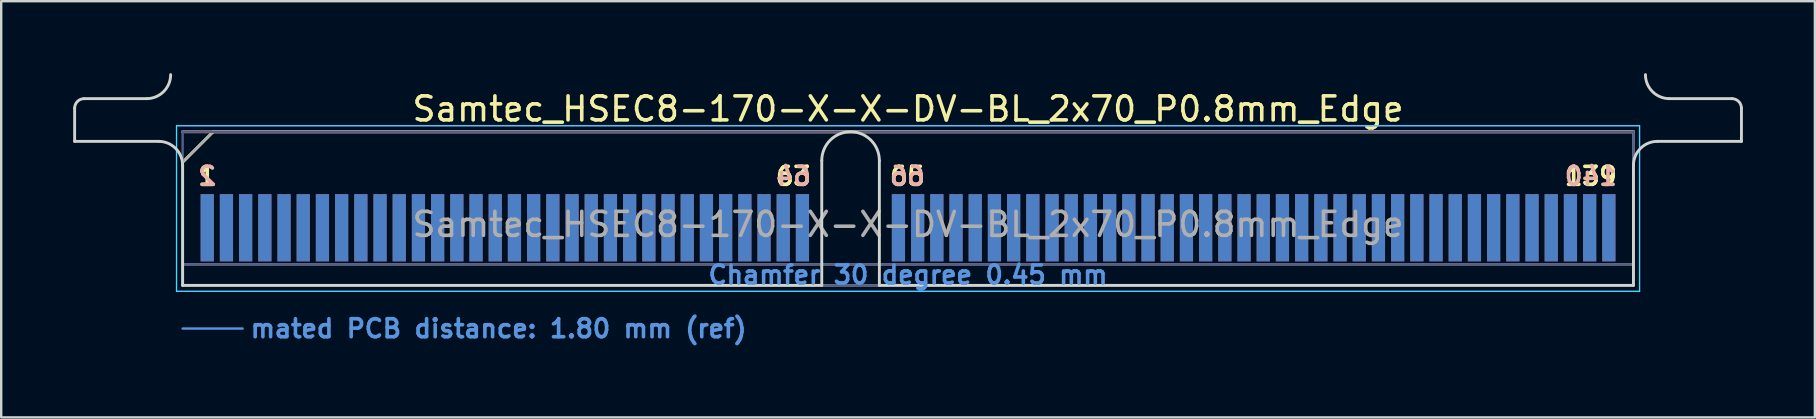
<source format=kicad_pcb>
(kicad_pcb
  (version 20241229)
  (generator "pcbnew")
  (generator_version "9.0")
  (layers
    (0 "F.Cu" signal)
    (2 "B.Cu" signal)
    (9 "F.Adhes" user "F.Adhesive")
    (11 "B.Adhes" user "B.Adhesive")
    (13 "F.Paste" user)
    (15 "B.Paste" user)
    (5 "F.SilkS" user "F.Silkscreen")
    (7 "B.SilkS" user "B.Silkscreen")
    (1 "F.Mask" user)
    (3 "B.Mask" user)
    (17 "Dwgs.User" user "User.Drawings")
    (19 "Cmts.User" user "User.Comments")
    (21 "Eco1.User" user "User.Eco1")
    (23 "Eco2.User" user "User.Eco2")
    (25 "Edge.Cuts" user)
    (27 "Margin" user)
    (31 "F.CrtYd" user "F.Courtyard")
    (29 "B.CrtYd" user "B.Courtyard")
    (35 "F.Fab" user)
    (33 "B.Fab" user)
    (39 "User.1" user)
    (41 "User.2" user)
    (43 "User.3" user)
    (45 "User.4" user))
  (footprint "Samtec_HSEC8-170-X-X-DV-BL_2x70_P0.8mm_Edge"
    (layer "F.Cu")
    (at 34.785 8.84)
    (property "Reference" "Samtec_HSEC8-170-X-X-DV-BL_2x70_P0.8mm_Edge" (at 0 -7.35 0) (layer "F.SilkS") (effects (font (size 1 1) (thickness 0.15))))
    (attr exclude_from_pos_files exclude_from_bom)
    (fp_line (start -30.225 -5.13) (end -28.955 -6.4) (stroke (width 0.12) (type solid)) (layer "F.SilkS"))
    (fp_line (start -28.955 -6.4) (end 30.225 -6.4) (stroke (width 0.12) (type solid)) (layer "F.SilkS"))
    (fp_line (start -30.225 -6.4) (end -30.225 -6.4) (stroke (width 0.12) (type solid)) (layer "B.SilkS"))
    (fp_line (start -30.225 -6.4) (end 30.225 -6.4) (stroke (width 0.12) (type solid)) (layer "B.SilkS"))
    (fp_line (start -30.225 1.8) (end -27.725 1.8) (stroke (width 0.1) (type solid)) (layer "Cmts.User"))
    (fp_line (start -34.725 -6) (end -34.725 -7.38) (stroke (width 0.12) (type solid)) (layer "Edge.Cuts"))
    (fp_line (start -34.325 -7.78) (end -31.725 -7.78) (stroke (width 0.12) (type solid)) (layer "Edge.Cuts"))
    (fp_line (start -31.225 -6) (end -34.725 -6) (stroke (width 0.12) (type solid)) (layer "Edge.Cuts"))
    (fp_line (start -30.225 -5) (end -30.225 0) (stroke (width 0.12) (type solid)) (layer "Edge.Cuts"))
    (fp_line (start -30.225 0) (end -3.595 0) (stroke (width 0.12) (type solid)) (layer "Edge.Cuts"))
    (fp_line (start -3.595 0) (end -3.595 -5.2) (stroke (width 0.12) (type solid)) (layer "Edge.Cuts"))
    (fp_line (start -1.195 -5.2) (end -1.195 0) (stroke (width 0.12) (type solid)) (layer "Edge.Cuts"))
    (fp_line (start -1.195 0) (end 30.225 0) (stroke (width 0.12) (type solid)) (layer "Edge.Cuts"))
    (fp_line (start 30.225 0) (end 30.225 -5) (stroke (width 0.12) (type solid)) (layer "Edge.Cuts"))
    (fp_line (start 31.225 -6) (end 34.725 -6) (stroke (width 0.12) (type solid)) (layer "Edge.Cuts"))
    (fp_line (start 34.325 -7.78) (end 31.725 -7.78) (stroke (width 0.12) (type solid)) (layer "Edge.Cuts"))
    (fp_line (start 34.725 -6) (end 34.725 -7.38) (stroke (width 0.12) (type solid)) (layer "Edge.Cuts"))
    (fp_arc (start -34.725 -7.38) (mid -34.607843 -7.662843) (end -34.325 -7.78) (stroke (width 0.12) (type solid)) (layer "Edge.Cuts"))
    (fp_arc (start -31.225 -6) (mid -30.517893 -5.707107) (end -30.225 -5) (stroke (width 0.12) (type solid)) (layer "Edge.Cuts"))
    (fp_arc (start -30.725 -8.78) (mid -31.017893 -8.072893) (end -31.725 -7.78) (stroke (width 0.12) (type solid)) (layer "Edge.Cuts"))
    (fp_arc (start -3.595 -5.2) (mid -2.395 -6.4) (end -1.195 -5.2) (stroke (width 0.12) (type solid)) (layer "Edge.Cuts"))
    (fp_arc (start 30.225 -5) (mid 30.517893 -5.707107) (end 31.225 -6) (stroke (width 0.12) (type solid)) (layer "Edge.Cuts"))
    (fp_arc (start 31.725 -7.78) (mid 31.017893 -8.072893) (end 30.725 -8.78) (stroke (width 0.12) (type solid)) (layer "Edge.Cuts"))
    (fp_arc (start 34.325 -7.78) (mid 34.607843 -7.662843) (end 34.725 -7.38) (stroke (width 0.12) (type solid)) (layer "Edge.Cuts"))
    (fp_line (start -30.48 -6.65) (end -30.48 0.25) (stroke (width 0.05) (type solid)) (layer "B.CrtYd"))
    (fp_line (start -30.48 0.25) (end 30.48 0.25) (stroke (width 0.05) (type solid)) (layer "B.CrtYd"))
    (fp_line (start 30.48 -6.65) (end -30.48 -6.65) (stroke (width 0.05) (type solid)) (layer "B.CrtYd"))
    (fp_line (start 30.48 0.25) (end 30.48 -6.65) (stroke (width 0.05) (type solid)) (layer "B.CrtYd"))
    (fp_line (start -30.48 -6.65) (end -30.48 0.25) (stroke (width 0.05) (type solid)) (layer "F.CrtYd"))
    (fp_line (start -30.48 0.25) (end 30.48 0.25) (stroke (width 0.05) (type solid)) (layer "F.CrtYd"))
    (fp_line (start 30.48 -6.65) (end -30.48 -6.65) (stroke (width 0.05) (type solid)) (layer "F.CrtYd"))
    (fp_line (start 30.48 0.25) (end 30.48 -6.65) (stroke (width 0.05) (type solid)) (layer "F.CrtYd"))
    (fp_line (start -30.225 -6.4) (end -30.225 -6.4) (stroke (width 0.1) (type solid)) (layer "B.Fab"))
    (fp_line (start -30.225 -6.4) (end -30.225 0) (stroke (width 0.1) (type solid)) (layer "B.Fab"))
    (fp_line (start -30.225 -6.4) (end 30.225 -6.4) (stroke (width 0.1) (type solid)) (layer "B.Fab"))
    (fp_line (start -30.225 -0.88) (end 30.225 -0.88) (stroke (width 0.1) (type solid)) (layer "B.Fab"))
    (fp_line (start -30.225 0) (end 30.225 0) (stroke (width 0.1) (type solid)) (layer "B.Fab"))
    (fp_line (start 30.225 -6.4) (end 30.225 0) (stroke (width 0.1) (type solid)) (layer "B.Fab"))
    (fp_line (start -30.225 -5.13) (end -30.225 0) (stroke (width 0.1) (type solid)) (layer "F.Fab"))
    (fp_line (start -30.225 -5.13) (end -28.955 -6.4) (stroke (width 0.1) (type solid)) (layer "F.Fab"))
    (fp_line (start -30.225 -0.88) (end 30.225 -0.88) (stroke (width 0.1) (type solid)) (layer "F.Fab"))
    (fp_line (start -30.225 0) (end 30.225 0) (stroke (width 0.1) (type solid)) (layer "F.Fab"))
    (fp_line (start -28.955 -6.4) (end 30.225 -6.4) (stroke (width 0.1) (type solid)) (layer "F.Fab"))
    (fp_line (start 30.225 -6.4) (end 30.225 0) (stroke (width 0.1) (type solid)) (layer "F.Fab"))
    (fp_text user "1" (at -29.2 -4.55 0) (layer "F.SilkS") (effects (font (size 0.75 0.75) (thickness 0.15))))
    (fp_text user "65" (at -0.025 -4.55 0) (layer "F.SilkS") (effects (font (size 0.75 0.75) (thickness 0.15))))
    (fp_text user "139" (at 28.45 -4.55 0) (layer "F.SilkS") (effects (font (size 0.75 0.75) (thickness 0.15))))
    (fp_text user "63" (at -4.775 -4.55 0) (layer "F.SilkS") (effects (font (size 0.75 0.75) (thickness 0.15))))
    (fp_text user "66" (at -0.025 -4.55 0) (layer "B.SilkS") (effects (font (size 0.75 0.75) (thickness 0.15)) (justify mirror)))
    (fp_text user "2" (at -29.2 -4.55 0) (layer "B.SilkS") (effects (font (size 0.75 0.75) (thickness 0.15)) (justify mirror)))
    (fp_text user "140" (at 28.45 -4.55 0) (layer "B.SilkS") (effects (font (size 0.75 0.75) (thickness 0.15)) (justify mirror)))
    (fp_text user "64" (at -4.775 -4.55 0) (layer "B.SilkS") (effects (font (size 0.75 0.75) (thickness 0.15)) (justify mirror)))
    (fp_text user "mated PCB distance: 1.80 mm (ref)" (at -27.48 1.8 0) (layer "Cmts.User") (effects (font (size 0.75 0.75) (thickness 0.15)) (justify left)))
    (fp_text user "Chamfer 30 degree 0.45 mm" (at 0 -0.44 0) (layer "Cmts.User") (effects (font (size 0.75 0.75) (thickness 0.15))))
    (fp_text user "${REFERENCE}" (at 0 -2.54 0) (layer "F.Fab") (effects (font (size 1 1) (thickness 0.15))))
    (pad "1" connect rect (at -29.2 -2.4) (size 0.55 2.8) (layers "F.Cu" "F.Mask"))
    (pad "2" connect rect (at -29.2 -2.4) (size 0.55 2.8) (layers "B.Cu" "B.Mask"))
    (pad "3" connect rect (at -28.4 -2.4) (size 0.55 2.8) (layers "F.Cu" "F.Mask"))
    (pad "4" connect rect (at -28.4 -2.4) (size 0.55 2.8) (layers "B.Cu" "B.Mask"))
    (pad "5" connect rect (at -27.6 -2.4) (size 0.55 2.8) (layers "F.Cu" "F.Mask"))
    (pad "6" connect rect (at -27.6 -2.4) (size 0.55 2.8) (layers "B.Cu" "B.Mask"))
    (pad "7" connect rect (at -26.8 -2.4) (size 0.55 2.8) (layers "F.Cu" "F.Mask"))
    (pad "8" connect rect (at -26.8 -2.4) (size 0.55 2.8) (layers "B.Cu" "B.Mask"))
    (pad "9" connect rect (at -26 -2.4) (size 0.55 2.8) (layers "F.Cu" "F.Mask"))
    (pad "10" connect rect (at -26 -2.4) (size 0.55 2.8) (layers "B.Cu" "B.Mask"))
    (pad "11" connect rect (at -25.2 -2.4) (size 0.55 2.8) (layers "F.Cu" "F.Mask"))
    (pad "12" connect rect (at -25.2 -2.4) (size 0.55 2.8) (layers "B.Cu" "B.Mask"))
    (pad "13" connect rect (at -24.4 -2.4) (size 0.55 2.8) (layers "F.Cu" "F.Mask"))
    (pad "14" connect rect (at -24.4 -2.4) (size 0.55 2.8) (layers "B.Cu" "B.Mask"))
    (pad "15" connect rect (at -23.6 -2.4) (size 0.55 2.8) (layers "F.Cu" "F.Mask"))
    (pad "16" connect rect (at -23.6 -2.4) (size 0.55 2.8) (layers "B.Cu" "B.Mask"))
    (pad "17" connect rect (at -22.8 -2.4) (size 0.55 2.8) (layers "F.Cu" "F.Mask"))
    (pad "18" connect rect (at -22.8 -2.4) (size 0.55 2.8) (layers "B.Cu" "B.Mask"))
    (pad "19" connect rect (at -22 -2.4) (size 0.55 2.8) (layers "F.Cu" "F.Mask"))
    (pad "20" connect rect (at -22 -2.4) (size 0.55 2.8) (layers "B.Cu" "B.Mask"))
    (pad "21" connect rect (at -21.2 -2.4) (size 0.55 2.8) (layers "F.Cu" "F.Mask"))
    (pad "22" connect rect (at -21.2 -2.4) (size 0.55 2.8) (layers "B.Cu" "B.Mask"))
    (pad "23" connect rect (at -20.4 -2.4) (size 0.55 2.8) (layers "F.Cu" "F.Mask"))
    (pad "24" connect rect (at -20.4 -2.4) (size 0.55 2.8) (layers "B.Cu" "B.Mask"))
    (pad "25" connect rect (at -19.6 -2.4) (size 0.55 2.8) (layers "F.Cu" "F.Mask"))
    (pad "26" connect rect (at -19.6 -2.4) (size 0.55 2.8) (layers "B.Cu" "B.Mask"))
    (pad "27" connect rect (at -18.8 -2.4) (size 0.55 2.8) (layers "F.Cu" "F.Mask"))
    (pad "28" connect rect (at -18.8 -2.4) (size 0.55 2.8) (layers "B.Cu" "B.Mask"))
    (pad "29" connect rect (at -18 -2.4) (size 0.55 2.8) (layers "F.Cu" "F.Mask"))
    (pad "30" connect rect (at -18 -2.4) (size 0.55 2.8) (layers "B.Cu" "B.Mask"))
    (pad "31" connect rect (at -17.2 -2.4) (size 0.55 2.8) (layers "F.Cu" "F.Mask"))
    (pad "32" connect rect (at -17.2 -2.4) (size 0.55 2.8) (layers "B.Cu" "B.Mask"))
    (pad "33" connect rect (at -16.4 -2.4) (size 0.55 2.8) (layers "F.Cu" "F.Mask"))
    (pad "34" connect rect (at -16.4 -2.4) (size 0.55 2.8) (layers "B.Cu" "B.Mask"))
    (pad "35" connect rect (at -15.6 -2.4) (size 0.55 2.8) (layers "F.Cu" "F.Mask"))
    (pad "36" connect rect (at -15.6 -2.4) (size 0.55 2.8) (layers "B.Cu" "B.Mask"))
    (pad "37" connect rect (at -14.8 -2.4) (size 0.55 2.8) (layers "F.Cu" "F.Mask"))
    (pad "38" connect rect (at -14.8 -2.4) (size 0.55 2.8) (layers "B.Cu" "B.Mask"))
    (pad "39" connect rect (at -14 -2.4) (size 0.55 2.8) (layers "F.Cu" "F.Mask"))
    (pad "40" connect rect (at -14 -2.4) (size 0.55 2.8) (layers "B.Cu" "B.Mask"))
    (pad "41" connect rect (at -13.2 -2.4) (size 0.55 2.8) (layers "F.Cu" "F.Mask"))
    (pad "42" connect rect (at -13.2 -2.4) (size 0.55 2.8) (layers "B.Cu" "B.Mask"))
    (pad "43" connect rect (at -12.4 -2.4) (size 0.55 2.8) (layers "F.Cu" "F.Mask"))
    (pad "44" connect rect (at -12.4 -2.4) (size 0.55 2.8) (layers "B.Cu" "B.Mask"))
    (pad "45" connect rect (at -11.6 -2.4) (size 0.55 2.8) (layers "F.Cu" "F.Mask"))
    (pad "46" connect rect (at -11.6 -2.4) (size 0.55 2.8) (layers "B.Cu" "B.Mask"))
    (pad "47" connect rect (at -10.8 -2.4) (size 0.55 2.8) (layers "F.Cu" "F.Mask"))
    (pad "48" connect rect (at -10.8 -2.4) (size 0.55 2.8) (layers "B.Cu" "B.Mask"))
    (pad "49" connect rect (at -10 -2.4) (size 0.55 2.8) (layers "F.Cu" "F.Mask"))
    (pad "50" connect rect (at -10 -2.4) (size 0.55 2.8) (layers "B.Cu" "B.Mask"))
    (pad "51" connect rect (at -9.2 -2.4) (size 0.55 2.8) (layers "F.Cu" "F.Mask"))
    (pad "52" connect rect (at -9.2 -2.4) (size 0.55 2.8) (layers "B.Cu" "B.Mask"))
    (pad "53" connect rect (at -8.4 -2.4) (size 0.55 2.8) (layers "F.Cu" "F.Mask"))
    (pad "54" connect rect (at -8.4 -2.4) (size 0.55 2.8) (layers "B.Cu" "B.Mask"))
    (pad "55" connect rect (at -7.6 -2.4) (size 0.55 2.8) (layers "F.Cu" "F.Mask"))
    (pad "56" connect rect (at -7.6 -2.4) (size 0.55 2.8) (layers "B.Cu" "B.Mask"))
    (pad "57" connect rect (at -6.8 -2.4) (size 0.55 2.8) (layers "F.Cu" "F.Mask"))
    (pad "58" connect rect (at -6.8 -2.4) (size 0.55 2.8) (layers "B.Cu" "B.Mask"))
    (pad "59" connect rect (at -6 -2.4) (size 0.55 2.8) (layers "F.Cu" "F.Mask"))
    (pad "60" connect rect (at -6 -2.4) (size 0.55 2.8) (layers "B.Cu" "B.Mask"))
    (pad "61" connect rect (at -5.2 -2.4) (size 0.55 2.8) (layers "F.Cu" "F.Mask"))
    (pad "62" connect rect (at -5.2 -2.4) (size 0.55 2.8) (layers "B.Cu" "B.Mask"))
    (pad "63" connect rect (at -4.4 -2.4) (size 0.55 2.8) (layers "F.Cu" "F.Mask"))
    (pad "64" connect rect (at -4.4 -2.4) (size 0.55 2.8) (layers "B.Cu" "B.Mask"))
    (pad "65" connect rect (at -0.4 -2.4) (size 0.55 2.8) (layers "F.Cu" "F.Mask"))
    (pad "66" connect rect (at -0.4 -2.4) (size 0.55 2.8) (layers "B.Cu" "B.Mask"))
    (pad "67" connect rect (at 0.4 -2.4) (size 0.55 2.8) (layers "F.Cu" "F.Mask"))
    (pad "68" connect rect (at 0.4 -2.4) (size 0.55 2.8) (layers "B.Cu" "B.Mask"))
    (pad "69" connect rect (at 1.2 -2.4) (size 0.55 2.8) (layers "F.Cu" "F.Mask"))
    (pad "70" connect rect (at 1.2 -2.4) (size 0.55 2.8) (layers "B.Cu" "B.Mask"))
    (pad "71" connect rect (at 2 -2.4) (size 0.55 2.8) (layers "F.Cu" "F.Mask"))
    (pad "72" connect rect (at 2 -2.4) (size 0.55 2.8) (layers "B.Cu" "B.Mask"))
    (pad "73" connect rect (at 2.8 -2.4) (size 0.55 2.8) (layers "F.Cu" "F.Mask"))
    (pad "74" connect rect (at 2.8 -2.4) (size 0.55 2.8) (layers "B.Cu" "B.Mask"))
    (pad "75" connect rect (at 3.6 -2.4) (size 0.55 2.8) (layers "F.Cu" "F.Mask"))
    (pad "76" connect rect (at 3.6 -2.4) (size 0.55 2.8) (layers "B.Cu" "B.Mask"))
    (pad "77" connect rect (at 4.4 -2.4) (size 0.55 2.8) (layers "F.Cu" "F.Mask"))
    (pad "78" connect rect (at 4.4 -2.4) (size 0.55 2.8) (layers "B.Cu" "B.Mask"))
    (pad "79" connect rect (at 5.2 -2.4) (size 0.55 2.8) (layers "F.Cu" "F.Mask"))
    (pad "80" connect rect (at 5.2 -2.4) (size 0.55 2.8) (layers "B.Cu" "B.Mask"))
    (pad "81" connect rect (at 6 -2.4) (size 0.55 2.8) (layers "F.Cu" "F.Mask"))
    (pad "82" connect rect (at 6 -2.4) (size 0.55 2.8) (layers "B.Cu" "B.Mask"))
    (pad "83" connect rect (at 6.8 -2.4) (size 0.55 2.8) (layers "F.Cu" "F.Mask"))
    (pad "84" connect rect (at 6.8 -2.4) (size 0.55 2.8) (layers "B.Cu" "B.Mask"))
    (pad "85" connect rect (at 7.6 -2.4) (size 0.55 2.8) (layers "F.Cu" "F.Mask"))
    (pad "86" connect rect (at 7.6 -2.4) (size 0.55 2.8) (layers "B.Cu" "B.Mask"))
    (pad "87" connect rect (at 8.4 -2.4) (size 0.55 2.8) (layers "F.Cu" "F.Mask"))
    (pad "88" connect rect (at 8.4 -2.4) (size 0.55 2.8) (layers "B.Cu" "B.Mask"))
    (pad "89" connect rect (at 9.2 -2.4) (size 0.55 2.8) (layers "F.Cu" "F.Mask"))
    (pad "90" connect rect (at 9.2 -2.4) (size 0.55 2.8) (layers "B.Cu" "B.Mask"))
    (pad "91" connect rect (at 10 -2.4) (size 0.55 2.8) (layers "F.Cu" "F.Mask"))
    (pad "92" connect rect (at 10 -2.4) (size 0.55 2.8) (layers "B.Cu" "B.Mask"))
    (pad "93" connect rect (at 10.8 -2.4) (size 0.55 2.8) (layers "F.Cu" "F.Mask"))
    (pad "94" connect rect (at 10.8 -2.4) (size 0.55 2.8) (layers "B.Cu" "B.Mask"))
    (pad "95" connect rect (at 11.6 -2.4) (size 0.55 2.8) (layers "F.Cu" "F.Mask"))
    (pad "96" connect rect (at 11.6 -2.4) (size 0.55 2.8) (layers "B.Cu" "B.Mask"))
    (pad "97" connect rect (at 12.4 -2.4) (size 0.55 2.8) (layers "F.Cu" "F.Mask"))
    (pad "98" connect rect (at 12.4 -2.4) (size 0.55 2.8) (layers "B.Cu" "B.Mask"))
    (pad "99" connect rect (at 13.2 -2.4) (size 0.55 2.8) (layers "F.Cu" "F.Mask"))
    (pad "100" connect rect (at 13.2 -2.4) (size 0.55 2.8) (layers "B.Cu" "B.Mask"))
    (pad "101" connect rect (at 14 -2.4) (size 0.55 2.8) (layers "F.Cu" "F.Mask"))
    (pad "102" connect rect (at 14 -2.4) (size 0.55 2.8) (layers "B.Cu" "B.Mask"))
    (pad "103" connect rect (at 14.8 -2.4) (size 0.55 2.8) (layers "F.Cu" "F.Mask"))
    (pad "104" connect rect (at 14.8 -2.4) (size 0.55 2.8) (layers "B.Cu" "B.Mask"))
    (pad "105" connect rect (at 15.6 -2.4) (size 0.55 2.8) (layers "F.Cu" "F.Mask"))
    (pad "106" connect rect (at 15.6 -2.4) (size 0.55 2.8) (layers "B.Cu" "B.Mask"))
    (pad "107" connect rect (at 16.4 -2.4) (size 0.55 2.8) (layers "F.Cu" "F.Mask"))
    (pad "108" connect rect (at 16.4 -2.4) (size 0.55 2.8) (layers "B.Cu" "B.Mask"))
    (pad "109" connect rect (at 17.2 -2.4) (size 0.55 2.8) (layers "F.Cu" "F.Mask"))
    (pad "110" connect rect (at 17.2 -2.4) (size 0.55 2.8) (layers "B.Cu" "B.Mask"))
    (pad "111" connect rect (at 18 -2.4) (size 0.55 2.8) (layers "F.Cu" "F.Mask"))
    (pad "112" connect rect (at 18 -2.4) (size 0.55 2.8) (layers "B.Cu" "B.Mask"))
    (pad "113" connect rect (at 18.8 -2.4) (size 0.55 2.8) (layers "F.Cu" "F.Mask"))
    (pad "114" connect rect (at 18.8 -2.4) (size 0.55 2.8) (layers "B.Cu" "B.Mask"))
    (pad "115" connect rect (at 19.6 -2.4) (size 0.55 2.8) (layers "F.Cu" "F.Mask"))
    (pad "116" connect rect (at 19.6 -2.4) (size 0.55 2.8) (layers "B.Cu" "B.Mask"))
    (pad "117" connect rect (at 20.4 -2.4) (size 0.55 2.8) (layers "F.Cu" "F.Mask"))
    (pad "118" connect rect (at 20.4 -2.4) (size 0.55 2.8) (layers "B.Cu" "B.Mask"))
    (pad "119" connect rect (at 21.2 -2.4) (size 0.55 2.8) (layers "F.Cu" "F.Mask"))
    (pad "120" connect rect (at 21.2 -2.4) (size 0.55 2.8) (layers "B.Cu" "B.Mask"))
    (pad "121" connect rect (at 22 -2.4) (size 0.55 2.8) (layers "F.Cu" "F.Mask"))
    (pad "122" connect rect (at 22 -2.4) (size 0.55 2.8) (layers "B.Cu" "B.Mask"))
    (pad "123" connect rect (at 22.8 -2.4) (size 0.55 2.8) (layers "F.Cu" "F.Mask"))
    (pad "124" connect rect (at 22.8 -2.4) (size 0.55 2.8) (layers "B.Cu" "B.Mask"))
    (pad "125" connect rect (at 23.6 -2.4) (size 0.55 2.8) (layers "F.Cu" "F.Mask"))
    (pad "126" connect rect (at 23.6 -2.4) (size 0.55 2.8) (layers "B.Cu" "B.Mask"))
    (pad "127" connect rect (at 24.4 -2.4) (size 0.55 2.8) (layers "F.Cu" "F.Mask"))
    (pad "128" connect rect (at 24.4 -2.4) (size 0.55 2.8) (layers "B.Cu" "B.Mask"))
    (pad "129" connect rect (at 25.2 -2.4) (size 0.55 2.8) (layers "F.Cu" "F.Mask"))
    (pad "130" connect rect (at 25.2 -2.4) (size 0.55 2.8) (layers "B.Cu" "B.Mask"))
    (pad "131" connect rect (at 26 -2.4) (size 0.55 2.8) (layers "F.Cu" "F.Mask"))
    (pad "132" connect rect (at 26 -2.4) (size 0.55 2.8) (layers "B.Cu" "B.Mask"))
    (pad "133" connect rect (at 26.8 -2.4) (size 0.55 2.8) (layers "F.Cu" "F.Mask"))
    (pad "134" connect rect (at 26.8 -2.4) (size 0.55 2.8) (layers "B.Cu" "B.Mask"))
    (pad "135" connect rect (at 27.6 -2.4) (size 0.55 2.8) (layers "F.Cu" "F.Mask"))
    (pad "136" connect rect (at 27.6 -2.4) (size 0.55 2.8) (layers "B.Cu" "B.Mask"))
    (pad "137" connect rect (at 28.4 -2.4) (size 0.55 2.8) (layers "F.Cu" "F.Mask"))
    (pad "138" connect rect (at 28.4 -2.4) (size 0.55 2.8) (layers "B.Cu" "B.Mask"))
    (pad "139" connect rect (at 29.2 -2.4) (size 0.55 2.8) (layers "F.Cu" "F.Mask"))
    (pad "140" connect rect (at 29.2 -2.4) (size 0.55 2.8) (layers "B.Cu" "B.Mask")))
  (gr_rect
    (start -3 -3)
    (end 72.57 14.342)
    (stroke (width 0.1) (type default))
    (fill no)
    (layer "Edge.Cuts")))
</source>
